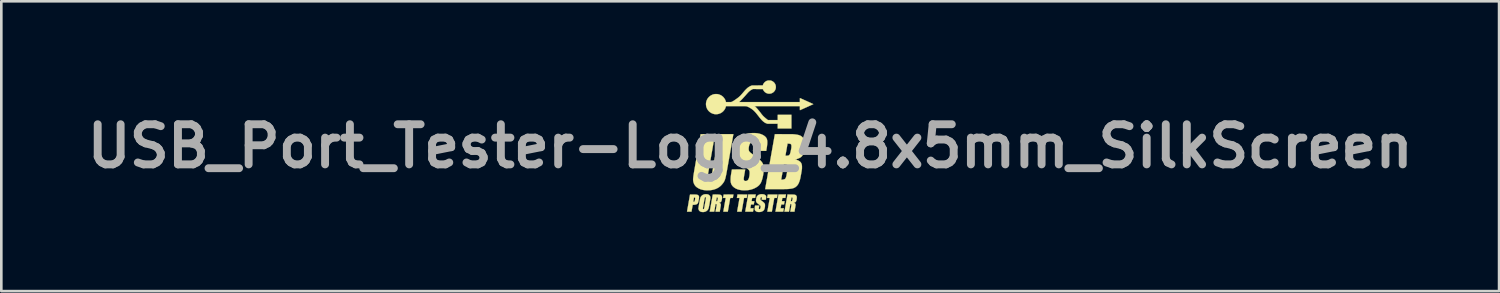
<source format=kicad_pcb>
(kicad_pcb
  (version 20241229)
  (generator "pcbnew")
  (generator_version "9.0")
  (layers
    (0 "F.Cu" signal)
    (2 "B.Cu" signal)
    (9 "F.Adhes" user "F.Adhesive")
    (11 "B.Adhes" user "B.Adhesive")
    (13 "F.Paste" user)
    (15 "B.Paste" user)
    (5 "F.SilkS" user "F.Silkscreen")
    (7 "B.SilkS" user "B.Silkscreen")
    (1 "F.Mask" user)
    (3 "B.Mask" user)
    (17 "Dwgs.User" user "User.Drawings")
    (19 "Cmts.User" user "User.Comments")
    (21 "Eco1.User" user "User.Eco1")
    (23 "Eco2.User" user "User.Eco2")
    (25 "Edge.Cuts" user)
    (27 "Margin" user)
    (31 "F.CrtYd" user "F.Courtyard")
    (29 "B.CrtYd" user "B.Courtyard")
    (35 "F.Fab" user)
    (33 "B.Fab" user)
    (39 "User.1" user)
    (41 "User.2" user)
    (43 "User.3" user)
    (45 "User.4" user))
  (footprint "USB_Port_Tester-Logo_4.8x5mm_SilkScreen"
    (layer "F.Cu")
    (at 25.444 2.504)
    (property "Reference" "USB_Port_Tester-Logo_4.8x5mm_SilkScreen" (at 0 0 0) (layer "F.Fab") (effects (font (size 1.524 1.524) (thickness 0.3))))
    (attr through_hole)
    (fp_poly (pts (xy -0.257 1.834) (xy -0.222 1.834) (xy -0.192 1.834) (xy -0.167 1.834) (xy -0.146 1.834) (xy -0.13 1.835) (xy -0.119 1.835) (xy -0.114 1.836) (xy -0.112 1.836) (xy -0.113 1.839) (xy -0.114 1.846) (xy -0.116 1.857) (xy -0.118 1.87) (xy -0.121 1.886) (xy -0.123 1.9) (xy -0.126 1.917) (xy -0.129 1.932) (xy -0.131 1.945) (xy -0.133 1.955) (xy -0.134 1.961) (xy -0.134 1.964) (xy -0.137 1.964) (xy -0.143 1.965) (xy -0.153 1.965) (xy -0.166 1.965) (xy -0.18 1.965) (xy -0.184 1.965) (xy -0.234 1.965) (xy -0.236 1.974) (xy -0.237 1.978) (xy -0.238 1.986) (xy -0.24 1.998) (xy -0.243 2.015) (xy -0.246 2.034) (xy -0.251 2.057) (xy -0.255 2.082) (xy -0.26 2.11) (xy -0.265 2.14) (xy -0.271 2.172) (xy -0.277 2.206) (xy -0.282 2.234) (xy -0.326 2.484) (xy -0.411 2.485) (xy -0.434 2.485) (xy -0.452 2.485) (xy -0.467 2.485) (xy -0.478 2.485) (xy -0.486 2.484) (xy -0.491 2.484) (xy -0.494 2.483) (xy -0.495 2.482) (xy -0.496 2.482) (xy -0.495 2.479) (xy -0.494 2.472) (xy -0.492 2.461) (xy -0.49 2.446) (xy -0.486 2.428) (xy -0.483 2.407) (xy -0.479 2.383) (xy -0.474 2.358) (xy -0.469 2.33) (xy -0.464 2.302) (xy -0.459 2.272) (xy -0.454 2.242) (xy -0.449 2.211) (xy -0.443 2.181) (xy -0.438 2.152) (xy -0.433 2.123) (xy -0.428 2.096) (xy -0.424 2.07) (xy -0.42 2.046) (xy -0.416 2.026) (xy -0.413 2.007) (xy -0.41 1.993) (xy -0.408 1.981) (xy -0.407 1.974) (xy -0.406 1.972) (xy -0.405 1.965) (xy -0.506 1.965) (xy -0.505 1.959) (xy -0.504 1.954) (xy -0.502 1.946) (xy -0.5 1.934) (xy -0.498 1.92) (xy -0.495 1.904) (xy -0.493 1.893) (xy -0.483 1.833) (xy -0.297 1.833) (xy -0.257 1.834)) (stroke (width 0.01) (type solid)) (fill yes) (layer "F.SilkS"))
    (fp_poly (pts (xy 0.98 1.834) (xy 0.995 1.834) (xy 1.007 1.834) (xy 1.017 1.834) (xy 1.024 1.835) (xy 1.029 1.835) (xy 1.032 1.836) (xy 1.034 1.836) (xy 1.035 1.837) (xy 1.035 1.838) (xy 1.035 1.838) (xy 1.035 1.841) (xy 1.034 1.848) (xy 1.032 1.859) (xy 1.03 1.872) (xy 1.027 1.886) (xy 1.025 1.902) (xy 1.022 1.916) (xy 1.019 1.93) (xy 1.017 1.943) (xy 1.015 1.952) (xy 1.015 1.952) (xy 1.013 1.965) (xy 0.914 1.965) (xy 0.912 1.972) (xy 0.912 1.975) (xy 0.91 1.983) (xy 0.908 1.995) (xy 0.906 2.011) (xy 0.902 2.03) (xy 0.898 2.052) (xy 0.894 2.078) (xy 0.889 2.106) (xy 0.883 2.136) (xy 0.878 2.168) (xy 0.872 2.201) (xy 0.866 2.232) (xy 0.822 2.485) (xy 0.737 2.485) (xy 0.717 2.485) (xy 0.699 2.485) (xy 0.683 2.485) (xy 0.67 2.485) (xy 0.66 2.484) (xy 0.654 2.484) (xy 0.652 2.483) (xy 0.652 2.481) (xy 0.653 2.474) (xy 0.655 2.462) (xy 0.658 2.447) (xy 0.661 2.429) (xy 0.665 2.407) (xy 0.67 2.382) (xy 0.674 2.354) (xy 0.68 2.325) (xy 0.685 2.293) (xy 0.691 2.26) (xy 0.697 2.226) (xy 0.703 2.191) (xy 0.709 2.158) (xy 0.715 2.126) (xy 0.72 2.096) (xy 0.725 2.069) (xy 0.729 2.044) (xy 0.733 2.022) (xy 0.736 2.004) (xy 0.739 1.988) (xy 0.741 1.977) (xy 0.742 1.97) (xy 0.742 1.968) (xy 0.74 1.967) (xy 0.733 1.966) (xy 0.723 1.966) (xy 0.709 1.965) (xy 0.693 1.965) (xy 0.642 1.965) (xy 0.644 1.959) (xy 0.644 1.954) (xy 0.646 1.946) (xy 0.648 1.934) (xy 0.65 1.92) (xy 0.653 1.904) (xy 0.655 1.893) (xy 0.666 1.835) (xy 0.85 1.834) (xy 0.885 1.834) (xy 0.915 1.834) (xy 0.94 1.834) (xy 0.962 1.834) (xy 0.98 1.834)) (stroke (width 0.01) (type solid)) (fill yes) (layer "F.SilkS"))
    (fp_poly (pts (xy -2.17 1.835) (xy -2.143 1.835) (xy -2.12 1.835) (xy -2.102 1.835) (xy -2.086 1.835) (xy -2.074 1.836) (xy -2.064 1.836) (xy -2.055 1.836) (xy -2.048 1.837) (xy -2.042 1.838) (xy -2.037 1.839) (xy -2.031 1.84) (xy -2.03 1.84) (xy -2.007 1.846) (xy -1.988 1.854) (xy -1.973 1.864) (xy -1.961 1.876) (xy -1.952 1.89) (xy -1.951 1.892) (xy -1.948 1.9) (xy -1.946 1.908) (xy -1.944 1.918) (xy -1.944 1.93) (xy -1.944 1.94) (xy -1.944 1.951) (xy -1.945 1.963) (xy -1.946 1.976) (xy -1.948 1.992) (xy -1.951 2.011) (xy -1.955 2.034) (xy -1.959 2.057) (xy -1.965 2.087) (xy -1.971 2.112) (xy -1.978 2.133) (xy -1.984 2.15) (xy -1.991 2.164) (xy -1.992 2.165) (xy -1.999 2.175) (xy -2.006 2.183) (xy -2.014 2.189) (xy -2.024 2.196) (xy -2.028 2.198) (xy -2.047 2.208) (xy -2.069 2.215) (xy -2.095 2.22) (xy -2.124 2.223) (xy -2.153 2.224) (xy -2.184 2.224) (xy -2.23 2.485) (xy -2.315 2.485) (xy -2.339 2.485) (xy -2.358 2.485) (xy -2.373 2.485) (xy -2.384 2.485) (xy -2.392 2.484) (xy -2.397 2.484) (xy -2.399 2.483) (xy -2.4 2.482) (xy -2.399 2.48) (xy -2.398 2.472) (xy -2.396 2.461) (xy -2.393 2.445) (xy -2.39 2.426) (xy -2.386 2.404) (xy -2.382 2.378) (xy -2.377 2.349) (xy -2.371 2.318) (xy -2.365 2.285) (xy -2.359 2.25) (xy -2.353 2.213) (xy -2.346 2.174) (xy -2.343 2.157) (xy -2.334 2.109) (xy -2.163 2.109) (xy -2.161 2.111) (xy -2.155 2.112) (xy -2.148 2.111) (xy -2.139 2.11) (xy -2.133 2.108) (xy -2.126 2.105) (xy -2.12 2.101) (xy -2.119 2.101) (xy -2.115 2.095) (xy -2.111 2.086) (xy -2.106 2.073) (xy -2.102 2.056) (xy -2.098 2.034) (xy -2.097 2.03) (xy -2.093 2.008) (xy -2.091 1.991) (xy -2.09 1.977) (xy -2.091 1.967) (xy -2.093 1.959) (xy -2.097 1.954) (xy -2.103 1.951) (xy -2.111 1.948) (xy -2.121 1.947) (xy -2.135 1.945) (xy -2.149 2.025) (xy -2.152 2.045) (xy -2.155 2.063) (xy -2.158 2.078) (xy -2.16 2.091) (xy -2.162 2.101) (xy -2.163 2.107) (xy -2.163 2.109) (xy -2.334 2.109) (xy -2.286 1.835) (xy -2.17 1.835)) (stroke (width 0.01) (type solid)) (fill yes) (layer "F.SilkS"))
    (fp_poly (pts (xy 0.208 1.841) (xy 0.208 1.846) (xy 0.206 1.855) (xy 0.204 1.867) (xy 0.201 1.881) (xy 0.199 1.897) (xy 0.197 1.907) (xy 0.187 1.964) (xy 0.074 1.965) (xy 0.07 1.988) (xy 0.068 1.999) (xy 0.065 2.013) (xy 0.062 2.028) (xy 0.06 2.044) (xy 0.059 2.048) (xy 0.052 2.086) (xy 0.104 2.087) (xy 0.123 2.087) (xy 0.136 2.088) (xy 0.146 2.088) (xy 0.153 2.089) (xy 0.156 2.09) (xy 0.156 2.09) (xy 0.156 2.094) (xy 0.155 2.101) (xy 0.153 2.112) (xy 0.151 2.125) (xy 0.148 2.14) (xy 0.146 2.153) (xy 0.136 2.212) (xy 0.082 2.212) (xy 0.063 2.212) (xy 0.048 2.212) (xy 0.037 2.213) (xy 0.031 2.214) (xy 0.029 2.214) (xy 0.029 2.217) (xy 0.028 2.224) (xy 0.026 2.234) (xy 0.024 2.247) (xy 0.021 2.262) (xy 0.019 2.277) (xy 0.016 2.293) (xy 0.013 2.308) (xy 0.011 2.322) (xy 0.009 2.334) (xy 0.007 2.343) (xy 0.006 2.349) (xy 0.006 2.349) (xy 0.004 2.356) (xy 0.067 2.356) (xy 0.086 2.356) (xy 0.101 2.356) (xy 0.112 2.356) (xy 0.12 2.357) (xy 0.125 2.357) (xy 0.127 2.358) (xy 0.129 2.359) (xy 0.129 2.36) (xy 0.129 2.36) (xy 0.128 2.364) (xy 0.126 2.371) (xy 0.124 2.382) (xy 0.122 2.396) (xy 0.119 2.412) (xy 0.117 2.425) (xy 0.106 2.485) (xy -0.041 2.485) (xy -0.071 2.485) (xy -0.098 2.485) (xy -0.123 2.485) (xy -0.144 2.485) (xy -0.161 2.484) (xy -0.174 2.484) (xy -0.183 2.484) (xy -0.187 2.483) (xy -0.188 2.483) (xy -0.188 2.48) (xy -0.186 2.473) (xy -0.184 2.462) (xy -0.182 2.447) (xy -0.179 2.429) (xy -0.175 2.407) (xy -0.171 2.383) (xy -0.166 2.356) (xy -0.161 2.327) (xy -0.155 2.297) (xy -0.15 2.265) (xy -0.144 2.232) (xy -0.138 2.198) (xy -0.132 2.164) (xy -0.126 2.13) (xy -0.12 2.096) (xy -0.114 2.063) (xy -0.109 2.031) (xy -0.103 2) (xy -0.098 1.971) (xy -0.093 1.944) (xy -0.089 1.919) (xy -0.085 1.897) (xy -0.081 1.878) (xy -0.079 1.862) (xy -0.077 1.85) (xy -0.075 1.842) (xy -0.074 1.839) (xy -0.074 1.839) (xy -0.073 1.833) (xy 0.21 1.833) (xy 0.208 1.841)) (stroke (width 0.01) (type solid)) (fill yes) (layer "F.SilkS"))
    (fp_poly (pts (xy 1.357 1.84) (xy 1.356 1.844) (xy 1.354 1.853) (xy 1.352 1.864) (xy 1.35 1.878) (xy 1.347 1.894) (xy 1.345 1.906) (xy 1.335 1.965) (xy 1.222 1.965) (xy 1.211 2.023) (xy 1.209 2.04) (xy 1.206 2.055) (xy 1.204 2.067) (xy 1.202 2.077) (xy 1.201 2.083) (xy 1.201 2.084) (xy 1.202 2.085) (xy 1.207 2.086) (xy 1.214 2.087) (xy 1.226 2.087) (xy 1.241 2.087) (xy 1.252 2.087) (xy 1.267 2.087) (xy 1.281 2.088) (xy 1.292 2.088) (xy 1.3 2.088) (xy 1.304 2.088) (xy 1.304 2.089) (xy 1.304 2.091) (xy 1.303 2.098) (xy 1.302 2.108) (xy 1.3 2.12) (xy 1.298 2.128) (xy 1.296 2.144) (xy 1.293 2.159) (xy 1.29 2.174) (xy 1.288 2.186) (xy 1.288 2.189) (xy 1.284 2.212) (xy 1.231 2.212) (xy 1.178 2.213) (xy 1.167 2.277) (xy 1.164 2.294) (xy 1.161 2.31) (xy 1.158 2.324) (xy 1.156 2.336) (xy 1.155 2.344) (xy 1.154 2.348) (xy 1.152 2.356) (xy 1.215 2.356) (xy 1.231 2.356) (xy 1.247 2.356) (xy 1.259 2.356) (xy 1.269 2.357) (xy 1.275 2.357) (xy 1.277 2.357) (xy 1.276 2.36) (xy 1.275 2.367) (xy 1.273 2.377) (xy 1.271 2.39) (xy 1.268 2.405) (xy 1.266 2.42) (xy 1.263 2.437) (xy 1.26 2.452) (xy 1.258 2.465) (xy 1.256 2.475) (xy 1.255 2.481) (xy 1.255 2.484) (xy 1.252 2.484) (xy 1.246 2.484) (xy 1.235 2.484) (xy 1.22 2.485) (xy 1.203 2.485) (xy 1.182 2.485) (xy 1.159 2.485) (xy 1.134 2.485) (xy 1.108 2.485) (xy 0.959 2.485) (xy 0.96 2.479) (xy 0.961 2.475) (xy 0.962 2.468) (xy 0.965 2.456) (xy 0.967 2.44) (xy 0.971 2.42) (xy 0.975 2.397) (xy 0.979 2.372) (xy 0.984 2.343) (xy 0.99 2.312) (xy 0.996 2.278) (xy 1.002 2.243) (xy 1.009 2.206) (xy 1.015 2.168) (xy 1.017 2.159) (xy 1.024 2.121) (xy 1.03 2.084) (xy 1.036 2.048) (xy 1.042 2.014) (xy 1.048 1.982) (xy 1.053 1.953) (xy 1.058 1.927) (xy 1.062 1.903) (xy 1.066 1.883) (xy 1.069 1.866) (xy 1.071 1.853) (xy 1.072 1.845) (xy 1.073 1.84) (xy 1.073 1.84) (xy 1.075 1.833) (xy 1.358 1.833) (xy 1.357 1.84)) (stroke (width 0.01) (type solid)) (fill yes) (layer "F.SilkS"))
    (fp_poly (pts (xy -0.793 1.833) (xy -0.765 1.834) (xy -0.739 1.834) (xy -0.715 1.834) (xy -0.693 1.834) (xy -0.674 1.834) (xy -0.659 1.834) (xy -0.648 1.835) (xy -0.64 1.835) (xy -0.637 1.835) (xy -0.637 1.835) (xy -0.638 1.838) (xy -0.639 1.845) (xy -0.641 1.856) (xy -0.643 1.869) (xy -0.646 1.884) (xy -0.648 1.899) (xy -0.651 1.916) (xy -0.654 1.931) (xy -0.656 1.945) (xy -0.658 1.955) (xy -0.659 1.961) (xy -0.659 1.963) (xy -0.661 1.964) (xy -0.668 1.965) (xy -0.678 1.965) (xy -0.691 1.965) (xy -0.705 1.965) (xy -0.709 1.965) (xy -0.724 1.965) (xy -0.738 1.965) (xy -0.748 1.966) (xy -0.756 1.966) (xy -0.759 1.966) (xy -0.759 1.966) (xy -0.76 1.968) (xy -0.761 1.975) (xy -0.763 1.986) (xy -0.766 2.001) (xy -0.769 2.02) (xy -0.773 2.042) (xy -0.777 2.067) (xy -0.782 2.094) (xy -0.787 2.124) (xy -0.793 2.155) (xy -0.799 2.189) (xy -0.805 2.223) (xy -0.805 2.225) (xy -0.851 2.484) (xy -0.936 2.485) (xy -0.959 2.485) (xy -0.977 2.485) (xy -0.991 2.485) (xy -1.002 2.485) (xy -1.01 2.484) (xy -1.015 2.484) (xy -1.018 2.483) (xy -1.02 2.483) (xy -1.02 2.482) (xy -1.02 2.479) (xy -1.019 2.472) (xy -1.017 2.46) (xy -1.014 2.445) (xy -1.011 2.427) (xy -1.008 2.406) (xy -1.004 2.383) (xy -0.999 2.357) (xy -0.994 2.329) (xy -0.989 2.301) (xy -0.984 2.271) (xy -0.979 2.241) (xy -0.973 2.21) (xy -0.968 2.18) (xy -0.963 2.15) (xy -0.958 2.122) (xy -0.953 2.094) (xy -0.949 2.069) (xy -0.944 2.045) (xy -0.941 2.024) (xy -0.937 2.006) (xy -0.935 1.991) (xy -0.933 1.98) (xy -0.931 1.973) (xy -0.931 1.971) (xy -0.93 1.965) (xy -0.98 1.965) (xy -0.995 1.965) (xy -1.008 1.965) (xy -1.019 1.965) (xy -1.027 1.964) (xy -1.03 1.964) (xy -1.03 1.964) (xy -1.03 1.961) (xy -1.029 1.954) (xy -1.027 1.944) (xy -1.025 1.93) (xy -1.022 1.915) (xy -1.019 1.9) (xy -1.016 1.883) (xy -1.014 1.868) (xy -1.011 1.855) (xy -1.01 1.845) (xy -1.009 1.838) (xy -1.008 1.836) (xy -1.006 1.835) (xy -0.999 1.835) (xy -0.986 1.835) (xy -0.969 1.834) (xy -0.947 1.834) (xy -0.921 1.834) (xy -0.889 1.834) (xy -0.852 1.833) (xy -0.823 1.833) (xy -0.793 1.833)) (stroke (width 0.01) (type solid)) (fill yes) (layer "F.SilkS"))
    (fp_poly (pts (xy -1.669 1.822) (xy -1.653 1.823) (xy -1.638 1.824) (xy -1.625 1.826) (xy -1.619 1.827) (xy -1.593 1.836) (xy -1.57 1.848) (xy -1.551 1.863) (xy -1.536 1.881) (xy -1.524 1.902) (xy -1.517 1.92) (xy -1.516 1.928) (xy -1.514 1.936) (xy -1.514 1.946) (xy -1.514 1.956) (xy -1.514 1.969) (xy -1.515 1.983) (xy -1.517 2) (xy -1.519 2.019) (xy -1.523 2.042) (xy -1.527 2.068) (xy -1.532 2.097) (xy -1.538 2.131) (xy -1.544 2.169) (xy -1.544 2.17) (xy -1.551 2.208) (xy -1.557 2.241) (xy -1.563 2.27) (xy -1.568 2.295) (xy -1.572 2.316) (xy -1.576 2.334) (xy -1.58 2.349) (xy -1.584 2.361) (xy -1.587 2.37) (xy -1.587 2.371) (xy -1.6 2.397) (xy -1.617 2.422) (xy -1.637 2.443) (xy -1.661 2.462) (xy -1.688 2.477) (xy -1.717 2.488) (xy -1.748 2.496) (xy -1.756 2.497) (xy -1.773 2.499) (xy -1.792 2.5) (xy -1.811 2.499) (xy -1.83 2.498) (xy -1.845 2.496) (xy -1.873 2.489) (xy -1.897 2.479) (xy -1.918 2.465) (xy -1.935 2.449) (xy -1.949 2.429) (xy -1.958 2.406) (xy -1.962 2.391) (xy -1.963 2.384) (xy -1.964 2.376) (xy -1.965 2.368) (xy -1.964 2.365) (xy -1.798 2.365) (xy -1.798 2.375) (xy -1.796 2.382) (xy -1.792 2.386) (xy -1.786 2.388) (xy -1.786 2.388) (xy -1.78 2.39) (xy -1.776 2.389) (xy -1.771 2.388) (xy -1.769 2.387) (xy -1.762 2.382) (xy -1.757 2.375) (xy -1.752 2.364) (xy -1.748 2.349) (xy -1.747 2.346) (xy -1.745 2.339) (xy -1.743 2.327) (xy -1.74 2.312) (xy -1.737 2.294) (xy -1.733 2.273) (xy -1.729 2.25) (xy -1.725 2.225) (xy -1.72 2.199) (xy -1.715 2.173) (xy -1.711 2.145) (xy -1.706 2.119) (xy -1.701 2.092) (xy -1.697 2.067) (xy -1.693 2.044) (xy -1.69 2.022) (xy -1.686 2.003) (xy -1.684 1.987) (xy -1.682 1.975) (xy -1.681 1.967) (xy -1.68 1.963) (xy -1.68 1.953) (xy -1.68 1.946) (xy -1.681 1.942) (xy -1.683 1.939) (xy -1.683 1.939) (xy -1.691 1.933) (xy -1.7 1.933) (xy -1.708 1.935) (xy -1.716 1.94) (xy -1.722 1.948) (xy -1.727 1.961) (xy -1.729 1.969) (xy -1.731 1.974) (xy -1.732 1.984) (xy -1.735 1.997) (xy -1.738 2.014) (xy -1.742 2.034) (xy -1.746 2.056) (xy -1.75 2.08) (xy -1.755 2.106) (xy -1.759 2.132) (xy -1.764 2.159) (xy -1.769 2.187) (xy -1.773 2.213) (xy -1.778 2.239) (xy -1.782 2.263) (xy -1.786 2.285) (xy -1.789 2.305) (xy -1.792 2.322) (xy -1.794 2.336) (xy -1.796 2.346) (xy -1.797 2.351) (xy -1.798 2.365) (xy -1.964 2.365) (xy -1.964 2.358) (xy -1.964 2.347) (xy -1.962 2.333) (xy -1.961 2.318) (xy -1.958 2.3) (xy -1.955 2.279) (xy -1.951 2.254) (xy -1.946 2.226) (xy -1.941 2.194) (xy -1.934 2.158) (xy -1.931 2.139) (xy -1.924 2.101) (xy -1.918 2.068) (xy -1.912 2.039) (xy -1.907 2.014) (xy -1.902 1.993) (xy -1.898 1.976) (xy -1.894 1.961) (xy -1.89 1.95) (xy -1.89 1.949) (xy -1.878 1.924) (xy -1.861 1.901) (xy -1.842 1.88) (xy -1.819 1.861) (xy -1.794 1.846) (xy -1.769 1.836) (xy -1.744 1.828) (xy -1.72 1.824) (xy -1.693 1.822) (xy -1.669 1.822)) (stroke (width 0.01) (type solid)) (fill yes) (layer "F.SilkS"))
    (fp_poly (pts (xy -1.312 1.833) (xy -1.291 1.834) (xy -1.269 1.834) (xy -1.249 1.835) (xy -1.23 1.835) (xy -1.213 1.836) (xy -1.213 1.836) (xy -1.188 1.838) (xy -1.168 1.839) (xy -1.151 1.842) (xy -1.138 1.845) (xy -1.126 1.848) (xy -1.117 1.853) (xy -1.108 1.859) (xy -1.1 1.866) (xy -1.088 1.878) (xy -1.08 1.892) (xy -1.074 1.908) (xy -1.071 1.927) (xy -1.069 1.95) (xy -1.069 1.952) (xy -1.07 1.976) (xy -1.073 2.002) (xy -1.078 2.028) (xy -1.084 2.052) (xy -1.09 2.075) (xy -1.096 2.089) (xy -1.107 2.107) (xy -1.121 2.122) (xy -1.138 2.133) (xy -1.159 2.14) (xy -1.162 2.141) (xy -1.173 2.143) (xy -1.179 2.145) (xy -1.181 2.147) (xy -1.18 2.148) (xy -1.174 2.151) (xy -1.17 2.152) (xy -1.152 2.16) (xy -1.138 2.17) (xy -1.128 2.183) (xy -1.12 2.198) (xy -1.119 2.2) (xy -1.118 2.205) (xy -1.117 2.209) (xy -1.116 2.214) (xy -1.115 2.219) (xy -1.116 2.226) (xy -1.116 2.235) (xy -1.117 2.245) (xy -1.119 2.258) (xy -1.121 2.273) (xy -1.124 2.292) (xy -1.128 2.314) (xy -1.133 2.34) (xy -1.138 2.371) (xy -1.139 2.379) (xy -1.158 2.485) (xy -1.237 2.485) (xy -1.256 2.485) (xy -1.273 2.485) (xy -1.289 2.485) (xy -1.301 2.485) (xy -1.31 2.484) (xy -1.315 2.484) (xy -1.316 2.484) (xy -1.315 2.481) (xy -1.314 2.474) (xy -1.312 2.463) (xy -1.31 2.449) (xy -1.307 2.432) (xy -1.304 2.412) (xy -1.3 2.391) (xy -1.296 2.367) (xy -1.295 2.365) (xy -1.291 2.341) (xy -1.287 2.318) (xy -1.284 2.297) (xy -1.28 2.277) (xy -1.278 2.261) (xy -1.275 2.247) (xy -1.274 2.238) (xy -1.273 2.232) (xy -1.273 2.232) (xy -1.273 2.218) (xy -1.275 2.208) (xy -1.28 2.2) (xy -1.288 2.196) (xy -1.301 2.193) (xy -1.303 2.193) (xy -1.315 2.192) (xy -1.341 2.338) (xy -1.366 2.484) (xy -1.452 2.485) (xy -1.537 2.485) (xy -1.48 2.162) (xy -1.473 2.123) (xy -1.467 2.089) (xy -1.296 2.089) (xy -1.294 2.09) (xy -1.289 2.09) (xy -1.281 2.089) (xy -1.273 2.087) (xy -1.265 2.086) (xy -1.26 2.084) (xy -1.26 2.084) (xy -1.254 2.08) (xy -1.249 2.073) (xy -1.245 2.063) (xy -1.241 2.05) (xy -1.237 2.033) (xy -1.233 2.012) (xy -1.231 2.003) (xy -1.229 1.986) (xy -1.229 1.973) (xy -1.23 1.964) (xy -1.233 1.957) (xy -1.235 1.955) (xy -1.239 1.952) (xy -1.246 1.95) (xy -1.254 1.948) (xy -1.262 1.946) (xy -1.268 1.946) (xy -1.27 1.946) (xy -1.271 1.948) (xy -1.272 1.955) (xy -1.274 1.965) (xy -1.277 1.978) (xy -1.279 1.992) (xy -1.282 2.008) (xy -1.285 2.024) (xy -1.288 2.039) (xy -1.291 2.054) (xy -1.293 2.067) (xy -1.295 2.078) (xy -1.296 2.085) (xy -1.296 2.089) (xy -1.296 2.089) (xy -1.467 2.089) (xy -1.467 2.086) (xy -1.46 2.05) (xy -1.454 2.015) (xy -1.448 1.983) (xy -1.443 1.953) (xy -1.438 1.926) (xy -1.434 1.902) (xy -1.43 1.882) (xy -1.427 1.865) (xy -1.425 1.851) (xy -1.423 1.842) (xy -1.422 1.837) (xy -1.422 1.837) (xy -1.419 1.836) (xy -1.412 1.835) (xy -1.402 1.834) (xy -1.388 1.834) (xy -1.371 1.834) (xy -1.353 1.833) (xy -1.333 1.833) (xy -1.312 1.833)) (stroke (width 0.01) (type solid)) (fill yes) (layer "F.SilkS"))
    (fp_poly (pts (xy 0.452 1.822) (xy 0.473 1.823) (xy 0.493 1.825) (xy 0.51 1.828) (xy 0.511 1.828) (xy 0.536 1.836) (xy 0.557 1.847) (xy 0.575 1.859) (xy 0.589 1.873) (xy 0.597 1.887) (xy 0.6 1.892) (xy 0.602 1.897) (xy 0.603 1.903) (xy 0.604 1.909) (xy 0.604 1.919) (xy 0.604 1.931) (xy 0.604 1.936) (xy 0.604 1.949) (xy 0.603 1.964) (xy 0.601 1.98) (xy 0.599 1.995) (xy 0.597 2.009) (xy 0.595 2.02) (xy 0.593 2.028) (xy 0.592 2.031) (xy 0.589 2.032) (xy 0.582 2.032) (xy 0.572 2.033) (xy 0.559 2.033) (xy 0.544 2.033) (xy 0.528 2.034) (xy 0.511 2.034) (xy 0.494 2.034) (xy 0.478 2.033) (xy 0.464 2.033) (xy 0.452 2.033) (xy 0.443 2.033) (xy 0.437 2.032) (xy 0.436 2.032) (xy 0.436 2.029) (xy 0.437 2.022) (xy 0.438 2.012) (xy 0.44 2) (xy 0.441 1.996) (xy 0.444 1.979) (xy 0.445 1.966) (xy 0.446 1.956) (xy 0.446 1.949) (xy 0.445 1.944) (xy 0.443 1.94) (xy 0.442 1.938) (xy 0.438 1.934) (xy 0.432 1.933) (xy 0.427 1.933) (xy 0.418 1.934) (xy 0.411 1.936) (xy 0.409 1.937) (xy 0.403 1.944) (xy 0.397 1.954) (xy 0.391 1.966) (xy 0.388 1.977) (xy 0.387 1.989) (xy 0.386 2.001) (xy 0.386 2.014) (xy 0.387 2.024) (xy 0.389 2.032) (xy 0.389 2.033) (xy 0.396 2.042) (xy 0.406 2.053) (xy 0.422 2.065) (xy 0.439 2.078) (xy 0.469 2.099) (xy 0.495 2.12) (xy 0.516 2.139) (xy 0.524 2.146) (xy 0.537 2.161) (xy 0.547 2.174) (xy 0.554 2.188) (xy 0.559 2.203) (xy 0.561 2.22) (xy 0.562 2.24) (xy 0.562 2.25) (xy 0.561 2.28) (xy 0.558 2.31) (xy 0.552 2.339) (xy 0.545 2.366) (xy 0.537 2.391) (xy 0.527 2.413) (xy 0.516 2.429) (xy 0.504 2.442) (xy 0.488 2.455) (xy 0.469 2.467) (xy 0.447 2.478) (xy 0.424 2.487) (xy 0.408 2.492) (xy 0.392 2.495) (xy 0.373 2.497) (xy 0.351 2.499) (xy 0.33 2.499) (xy 0.31 2.499) (xy 0.292 2.497) (xy 0.285 2.496) (xy 0.259 2.49) (xy 0.235 2.48) (xy 0.215 2.468) (xy 0.198 2.453) (xy 0.184 2.436) (xy 0.177 2.422) (xy 0.175 2.417) (xy 0.174 2.411) (xy 0.173 2.404) (xy 0.172 2.395) (xy 0.172 2.382) (xy 0.172 2.368) (xy 0.174 2.33) (xy 0.178 2.295) (xy 0.184 2.259) (xy 0.186 2.253) (xy 0.344 2.253) (xy 0.335 2.3) (xy 0.331 2.324) (xy 0.329 2.343) (xy 0.327 2.358) (xy 0.327 2.37) (xy 0.328 2.378) (xy 0.331 2.383) (xy 0.331 2.383) (xy 0.341 2.388) (xy 0.351 2.389) (xy 0.361 2.387) (xy 0.371 2.38) (xy 0.38 2.371) (xy 0.385 2.361) (xy 0.388 2.352) (xy 0.391 2.339) (xy 0.393 2.325) (xy 0.395 2.31) (xy 0.395 2.296) (xy 0.396 2.294) (xy 0.395 2.286) (xy 0.395 2.279) (xy 0.393 2.272) (xy 0.39 2.266) (xy 0.385 2.259) (xy 0.379 2.252) (xy 0.37 2.243) (xy 0.359 2.233) (xy 0.345 2.222) (xy 0.327 2.208) (xy 0.311 2.196) (xy 0.291 2.179) (xy 0.274 2.166) (xy 0.261 2.154) (xy 0.25 2.143) (xy 0.241 2.133) (xy 0.235 2.123) (xy 0.23 2.112) (xy 0.226 2.101) (xy 0.223 2.09) (xy 0.221 2.075) (xy 0.22 2.055) (xy 0.221 2.034) (xy 0.224 2.01) (xy 0.228 1.986) (xy 0.233 1.963) (xy 0.239 1.943) (xy 0.25 1.917) (xy 0.265 1.893) (xy 0.283 1.873) (xy 0.303 1.857) (xy 0.309 1.853) (xy 0.327 1.844) (xy 0.349 1.835) (xy 0.373 1.828) (xy 0.39 1.825) (xy 0.409 1.823) (xy 0.43 1.822) (xy 0.452 1.822)) (stroke (width 0.01) (type solid)) (fill yes) (layer "F.SilkS"))
    (fp_poly (pts (xy 1.53 1.834) (xy 1.562 1.835) (xy 1.589 1.835) (xy 1.612 1.836) (xy 1.631 1.836) (xy 1.648 1.837) (xy 1.662 1.838) (xy 1.673 1.839) (xy 1.683 1.841) (xy 1.692 1.842) (xy 1.7 1.844) (xy 1.705 1.846) (xy 1.724 1.854) (xy 1.74 1.866) (xy 1.753 1.882) (xy 1.763 1.901) (xy 1.765 1.907) (xy 1.767 1.913) (xy 1.768 1.92) (xy 1.768 1.928) (xy 1.769 1.94) (xy 1.769 1.953) (xy 1.767 1.982) (xy 1.764 2.01) (xy 1.759 2.037) (xy 1.753 2.062) (xy 1.745 2.084) (xy 1.735 2.102) (xy 1.726 2.115) (xy 1.717 2.123) (xy 1.704 2.131) (xy 1.689 2.137) (xy 1.673 2.142) (xy 1.671 2.142) (xy 1.661 2.144) (xy 1.655 2.146) (xy 1.653 2.148) (xy 1.655 2.148) (xy 1.657 2.148) (xy 1.663 2.15) (xy 1.671 2.153) (xy 1.681 2.158) (xy 1.69 2.163) (xy 1.698 2.169) (xy 1.701 2.171) (xy 1.711 2.183) (xy 1.718 2.198) (xy 1.723 2.213) (xy 1.723 2.215) (xy 1.723 2.219) (xy 1.723 2.224) (xy 1.723 2.229) (xy 1.723 2.235) (xy 1.722 2.243) (xy 1.72 2.253) (xy 1.719 2.265) (xy 1.716 2.28) (xy 1.713 2.299) (xy 1.709 2.32) (xy 1.705 2.346) (xy 1.7 2.376) (xy 1.681 2.485) (xy 1.602 2.485) (xy 1.58 2.485) (xy 1.561 2.485) (xy 1.547 2.485) (xy 1.537 2.485) (xy 1.53 2.484) (xy 1.526 2.483) (xy 1.524 2.483) (xy 1.523 2.482) (xy 1.524 2.479) (xy 1.525 2.472) (xy 1.527 2.461) (xy 1.529 2.446) (xy 1.532 2.429) (xy 1.536 2.409) (xy 1.54 2.388) (xy 1.543 2.368) (xy 1.548 2.34) (xy 1.552 2.317) (xy 1.556 2.297) (xy 1.558 2.281) (xy 1.56 2.267) (xy 1.562 2.256) (xy 1.563 2.246) (xy 1.563 2.238) (xy 1.563 2.231) (xy 1.563 2.23) (xy 1.563 2.219) (xy 1.563 2.211) (xy 1.563 2.206) (xy 1.561 2.203) (xy 1.559 2.2) (xy 1.557 2.199) (xy 1.553 2.197) (xy 1.546 2.195) (xy 1.538 2.193) (xy 1.531 2.192) (xy 1.525 2.192) (xy 1.523 2.194) (xy 1.523 2.196) (xy 1.522 2.203) (xy 1.52 2.214) (xy 1.518 2.228) (xy 1.515 2.245) (xy 1.511 2.264) (xy 1.508 2.284) (xy 1.504 2.306) (xy 1.5 2.328) (xy 1.496 2.351) (xy 1.492 2.373) (xy 1.488 2.394) (xy 1.485 2.414) (xy 1.482 2.432) (xy 1.479 2.447) (xy 1.477 2.459) (xy 1.475 2.468) (xy 1.474 2.472) (xy 1.472 2.485) (xy 1.301 2.485) (xy 1.302 2.48) (xy 1.303 2.477) (xy 1.304 2.47) (xy 1.306 2.458) (xy 1.309 2.443) (xy 1.312 2.424) (xy 1.316 2.403) (xy 1.321 2.378) (xy 1.325 2.351) (xy 1.33 2.323) (xy 1.336 2.292) (xy 1.341 2.26) (xy 1.347 2.227) (xy 1.353 2.193) (xy 1.359 2.159) (xy 1.365 2.125) (xy 1.371 2.092) (xy 1.372 2.087) (xy 1.543 2.087) (xy 1.545 2.089) (xy 1.551 2.089) (xy 1.558 2.089) (xy 1.567 2.088) (xy 1.575 2.086) (xy 1.58 2.084) (xy 1.586 2.079) (xy 1.591 2.071) (xy 1.595 2.06) (xy 1.599 2.045) (xy 1.601 2.036) (xy 1.606 2.013) (xy 1.609 1.995) (xy 1.61 1.981) (xy 1.61 1.97) (xy 1.608 1.961) (xy 1.604 1.955) (xy 1.598 1.951) (xy 1.59 1.949) (xy 1.58 1.947) (xy 1.573 1.946) (xy 1.568 1.946) (xy 1.567 1.946) (xy 1.567 1.949) (xy 1.566 1.955) (xy 1.564 1.966) (xy 1.562 1.979) (xy 1.559 1.995) (xy 1.556 2.012) (xy 1.555 2.015) (xy 1.552 2.033) (xy 1.549 2.049) (xy 1.547 2.064) (xy 1.545 2.075) (xy 1.544 2.083) (xy 1.543 2.087) (xy 1.543 2.087) (xy 1.372 2.087) (xy 1.377 2.059) (xy 1.383 2.027) (xy 1.388 1.997) (xy 1.393 1.968) (xy 1.398 1.942) (xy 1.402 1.917) (xy 1.406 1.896) (xy 1.409 1.878) (xy 1.411 1.863) (xy 1.413 1.852) (xy 1.414 1.85) (xy 1.417 1.833) (xy 1.53 1.834)) (stroke (width 0.01) (type solid)) (fill yes) (layer "F.SilkS"))
    (fp_poly (pts (xy -1.568 -0.459) (xy -1.53 -0.459) (xy -1.496 -0.459) (xy -1.467 -0.459) (xy -1.441 -0.459) (xy -1.419 -0.459) (xy -1.4 -0.459) (xy -1.385 -0.458) (xy -1.372 -0.458) (xy -1.361 -0.458) (xy -1.353 -0.458) (xy -1.347 -0.457) (xy -1.343 -0.457) (xy -1.34 -0.456) (xy -1.339 -0.456) (xy -1.338 -0.455) (xy -1.338 -0.455) (xy -1.338 -0.453) (xy -1.34 -0.445) (xy -1.342 -0.433) (xy -1.344 -0.417) (xy -1.348 -0.397) (xy -1.352 -0.373) (xy -1.357 -0.345) (xy -1.362 -0.314) (xy -1.368 -0.279) (xy -1.375 -0.242) (xy -1.382 -0.201) (xy -1.39 -0.157) (xy -1.398 -0.11) (xy -1.407 -0.061) (xy -1.416 -0.01) (xy -1.425 0.043) (xy -1.435 0.099) (xy -1.445 0.156) (xy -1.455 0.215) (xy -1.466 0.275) (xy -1.477 0.336) (xy -1.478 0.344) (xy -1.489 0.406) (xy -1.5 0.467) (xy -1.51 0.526) (xy -1.52 0.585) (xy -1.53 0.641) (xy -1.54 0.696) (xy -1.549 0.749) (xy -1.558 0.8) (xy -1.567 0.848) (xy -1.575 0.894) (xy -1.582 0.937) (xy -1.589 0.977) (xy -1.596 1.014) (xy -1.602 1.048) (xy -1.607 1.078) (xy -1.611 1.104) (xy -1.615 1.127) (xy -1.619 1.146) (xy -1.621 1.16) (xy -1.623 1.17) (xy -1.623 1.175) (xy -1.623 1.176) (xy -1.626 1.197) (xy -1.628 1.218) (xy -1.63 1.238) (xy -1.63 1.256) (xy -1.63 1.271) (xy -1.629 1.282) (xy -1.628 1.287) (xy -1.623 1.298) (xy -1.614 1.309) (xy -1.602 1.316) (xy -1.597 1.318) (xy -1.583 1.32) (xy -1.568 1.32) (xy -1.552 1.317) (xy -1.541 1.314) (xy -1.527 1.305) (xy -1.515 1.293) (xy -1.505 1.278) (xy -1.502 1.272) (xy -1.497 1.259) (xy -1.491 1.242) (xy -1.486 1.221) (xy -1.48 1.198) (xy -1.474 1.172) (xy -1.471 1.161) (xy -1.47 1.155) (xy -1.468 1.145) (xy -1.466 1.13) (xy -1.462 1.111) (xy -1.458 1.088) (xy -1.453 1.061) (xy -1.448 1.03) (xy -1.442 0.996) (xy -1.435 0.959) (xy -1.428 0.919) (xy -1.42 0.876) (xy -1.412 0.83) (xy -1.403 0.781) (xy -1.394 0.73) (xy -1.385 0.677) (xy -1.375 0.623) (xy -1.365 0.566) (xy -1.355 0.508) (xy -1.344 0.448) (xy -1.334 0.388) (xy -1.324 0.335) (xy -1.314 0.274) (xy -1.303 0.214) (xy -1.293 0.156) (xy -1.283 0.099) (xy -1.273 0.044) (xy -1.264 -0.01) (xy -1.255 -0.061) (xy -1.246 -0.11) (xy -1.238 -0.156) (xy -1.23 -0.2) (xy -1.223 -0.24) (xy -1.216 -0.278) (xy -1.21 -0.313) (xy -1.205 -0.344) (xy -1.2 -0.372) (xy -1.195 -0.396) (xy -1.192 -0.416) (xy -1.189 -0.432) (xy -1.187 -0.444) (xy -1.186 -0.451) (xy -1.185 -0.453) (xy -1.184 -0.459) (xy -0.912 -0.459) (xy -0.876 -0.459) (xy -0.841 -0.459) (xy -0.808 -0.459) (xy -0.777 -0.459) (xy -0.749 -0.459) (xy -0.723 -0.459) (xy -0.7 -0.459) (xy -0.68 -0.459) (xy -0.664 -0.458) (xy -0.652 -0.458) (xy -0.643 -0.458) (xy -0.64 -0.458) (xy -0.64 -0.458) (xy -0.64 -0.455) (xy -0.641 -0.448) (xy -0.643 -0.436) (xy -0.646 -0.42) (xy -0.65 -0.4) (xy -0.654 -0.377) (xy -0.658 -0.349) (xy -0.664 -0.319) (xy -0.67 -0.286) (xy -0.676 -0.25) (xy -0.683 -0.211) (xy -0.69 -0.17) (xy -0.698 -0.127) (xy -0.706 -0.081) (xy -0.714 -0.035) (xy -0.722 0.014) (xy -0.731 0.063) (xy -0.74 0.114) (xy -0.749 0.166) (xy -0.759 0.218) (xy -0.768 0.27) (xy -0.777 0.323) (xy -0.787 0.375) (xy -0.796 0.428) (xy -0.805 0.479) (xy -0.814 0.53) (xy -0.823 0.58) (xy -0.832 0.629) (xy -0.84 0.677) (xy -0.848 0.722) (xy -0.856 0.766) (xy -0.864 0.808) (xy -0.871 0.848) (xy -0.877 0.885) (xy -0.883 0.92) (xy -0.889 0.951) (xy -0.894 0.979) (xy -0.899 1.004) (xy -0.903 1.026) (xy -0.906 1.043) (xy -0.908 1.056) (xy -0.91 1.066) (xy -0.911 1.069) (xy -0.918 1.104) (xy -0.925 1.137) (xy -0.932 1.169) (xy -0.939 1.198) (xy -0.946 1.225) (xy -0.953 1.248) (xy -0.959 1.267) (xy -0.972 1.301) (xy -0.989 1.336) (xy -1.01 1.372) (xy -1.035 1.407) (xy -1.063 1.442) (xy -1.093 1.476) (xy -1.099 1.482) (xy -1.138 1.519) (xy -1.18 1.551) (xy -1.225 1.58) (xy -1.273 1.605) (xy -1.324 1.627) (xy -1.378 1.644) (xy -1.435 1.658) (xy -1.495 1.668) (xy -1.499 1.669) (xy -1.511 1.67) (xy -1.527 1.671) (xy -1.546 1.672) (xy -1.567 1.673) (xy -1.59 1.673) (xy -1.613 1.674) (xy -1.636 1.674) (xy -1.657 1.674) (xy -1.676 1.674) (xy -1.692 1.673) (xy -1.705 1.672) (xy -1.705 1.672) (xy -1.762 1.665) (xy -1.816 1.654) (xy -1.865 1.641) (xy -1.912 1.624) (xy -1.942 1.61) (xy -1.981 1.589) (xy -2.016 1.567) (xy -2.047 1.543) (xy -2.074 1.518) (xy -2.097 1.49) (xy -2.116 1.46) (xy -2.129 1.437) (xy -2.146 1.396) (xy -2.158 1.356) (xy -2.166 1.314) (xy -2.169 1.272) (xy -2.168 1.233) (xy -2.167 1.223) (xy -2.166 1.212) (xy -2.165 1.202) (xy -2.164 1.19) (xy -2.163 1.179) (xy -2.161 1.167) (xy -2.16 1.153) (xy -2.158 1.139) (xy -2.156 1.124) (xy -2.154 1.108) (xy -2.151 1.09) (xy -2.148 1.07) (xy -2.145 1.049) (xy -2.141 1.026) (xy -2.137 1) (xy -2.132 0.973) (xy -2.127 0.943) (xy -2.122 0.91) (xy -2.116 0.875) (xy -2.109 0.837) (xy -2.102 0.795) (xy -2.094 0.751) (xy -2.086 0.703) (xy -2.077 0.652) (xy -2.068 0.597) (xy -2.057 0.538) (xy -2.046 0.475) (xy -2.034 0.408) (xy -2.022 0.337) (xy -2.009 0.261) (xy -1.994 0.181) (xy -1.992 0.169) (xy -1.983 0.114) (xy -1.973 0.061) (xy -1.964 0.009) (xy -1.955 -0.041) (xy -1.947 -0.089) (xy -1.939 -0.135) (xy -1.931 -0.179) (xy -1.924 -0.22) (xy -1.917 -0.259) (xy -1.911 -0.295) (xy -1.905 -0.328) (xy -1.9 -0.358) (xy -1.895 -0.384) (xy -1.891 -0.406) (xy -1.888 -0.425) (xy -1.885 -0.439) (xy -1.883 -0.45) (xy -1.883 -0.456) (xy -1.882 -0.457) (xy -1.88 -0.457) (xy -1.873 -0.457) (xy -1.862 -0.458) (xy -1.846 -0.458) (xy -1.827 -0.458) (xy -1.805 -0.458) (xy -1.779 -0.459) (xy -1.75 -0.459) (xy -1.719 -0.459) (xy -1.686 -0.459) (xy -1.65 -0.459) (xy -1.613 -0.459) (xy -1.61 -0.459) (xy -1.568 -0.459)) (stroke (width 0.01) (type solid)) (fill yes) (layer "F.SilkS"))
    (fp_poly (pts (xy 0.165 -0.5) (xy 0.192 -0.499) (xy 0.218 -0.497) (xy 0.243 -0.495) (xy 0.268 -0.492) (xy 0.276 -0.491) (xy 0.324 -0.482) (xy 0.37 -0.471) (xy 0.414 -0.457) (xy 0.455 -0.44) (xy 0.492 -0.421) (xy 0.526 -0.4) (xy 0.557 -0.377) (xy 0.583 -0.352) (xy 0.605 -0.326) (xy 0.609 -0.32) (xy 0.619 -0.302) (xy 0.629 -0.283) (xy 0.636 -0.261) (xy 0.642 -0.237) (xy 0.646 -0.211) (xy 0.648 -0.182) (xy 0.649 -0.15) (xy 0.648 -0.115) (xy 0.646 -0.076) (xy 0.641 -0.034) (xy 0.636 0.012) (xy 0.628 0.062) (xy 0.619 0.117) (xy 0.618 0.122) (xy 0.609 0.175) (xy 0.355 0.175) (xy 0.315 0.175) (xy 0.279 0.175) (xy 0.247 0.175) (xy 0.219 0.175) (xy 0.195 0.175) (xy 0.175 0.175) (xy 0.158 0.175) (xy 0.143 0.175) (xy 0.132 0.175) (xy 0.123 0.175) (xy 0.116 0.174) (xy 0.111 0.174) (xy 0.107 0.174) (xy 0.105 0.173) (xy 0.104 0.173) (xy 0.103 0.172) (xy 0.103 0.172) (xy 0.104 0.168) (xy 0.106 0.16) (xy 0.108 0.149) (xy 0.11 0.134) (xy 0.113 0.118) (xy 0.116 0.1) (xy 0.12 0.082) (xy 0.123 0.063) (xy 0.126 0.045) (xy 0.129 0.027) (xy 0.132 0.012) (xy 0.134 -0.001) (xy 0.135 -0.01) (xy 0.136 -0.012) (xy 0.139 -0.041) (xy 0.141 -0.066) (xy 0.141 -0.086) (xy 0.139 -0.103) (xy 0.135 -0.117) (xy 0.131 -0.125) (xy 0.122 -0.134) (xy 0.11 -0.141) (xy 0.095 -0.145) (xy 0.078 -0.146) (xy 0.061 -0.145) (xy 0.043 -0.141) (xy 0.032 -0.136) (xy 0.022 -0.13) (xy 0.01 -0.12) (xy -0.001 -0.108) (xy -0.011 -0.095) (xy -0.018 -0.085) (xy -0.027 -0.066) (xy -0.035 -0.043) (xy -0.043 -0.017) (xy -0.049 0.012) (xy -0.054 0.041) (xy -0.057 0.071) (xy -0.058 0.088) (xy -0.058 0.109) (xy -0.057 0.129) (xy -0.055 0.147) (xy -0.05 0.164) (xy -0.044 0.18) (xy -0.035 0.195) (xy -0.023 0.211) (xy -0.009 0.227) (xy 0.009 0.243) (xy 0.03 0.26) (xy 0.055 0.279) (xy 0.084 0.299) (xy 0.099 0.309) (xy 0.154 0.348) (xy 0.205 0.384) (xy 0.251 0.419) (xy 0.293 0.453) (xy 0.331 0.485) (xy 0.364 0.516) (xy 0.394 0.545) (xy 0.42 0.574) (xy 0.442 0.601) (xy 0.46 0.628) (xy 0.475 0.653) (xy 0.486 0.677) (xy 0.495 0.704) (xy 0.502 0.732) (xy 0.507 0.761) (xy 0.511 0.794) (xy 0.513 0.829) (xy 0.514 0.863) (xy 0.513 0.889) (xy 0.513 0.912) (xy 0.512 0.935) (xy 0.51 0.957) (xy 0.507 0.981) (xy 0.504 1.008) (xy 0.5 1.036) (xy 0.492 1.09) (xy 0.482 1.142) (xy 0.471 1.192) (xy 0.459 1.239) (xy 0.446 1.282) (xy 0.432 1.323) (xy 0.417 1.359) (xy 0.402 1.391) (xy 0.394 1.405) (xy 0.371 1.439) (xy 0.344 1.472) (xy 0.314 1.502) (xy 0.278 1.53) (xy 0.239 1.556) (xy 0.197 1.58) (xy 0.152 1.602) (xy 0.106 1.621) (xy 0.06 1.636) (xy 0.012 1.65) (xy -0.038 1.66) (xy -0.093 1.669) (xy -0.093 1.669) (xy -0.106 1.67) (xy -0.123 1.671) (xy -0.143 1.672) (xy -0.165 1.673) (xy -0.189 1.674) (xy -0.213 1.674) (xy -0.237 1.674) (xy -0.26 1.674) (xy -0.28 1.673) (xy -0.298 1.672) (xy -0.311 1.671) (xy -0.368 1.663) (xy -0.421 1.652) (xy -0.471 1.638) (xy -0.518 1.62) (xy -0.561 1.598) (xy -0.591 1.58) (xy -0.625 1.555) (xy -0.655 1.528) (xy -0.68 1.5) (xy -0.701 1.47) (xy -0.718 1.437) (xy -0.73 1.403) (xy -0.735 1.384) (xy -0.74 1.356) (xy -0.743 1.323) (xy -0.744 1.287) (xy -0.744 1.247) (xy -0.742 1.204) (xy -0.739 1.159) (xy -0.733 1.112) (xy -0.73 1.086) (xy -0.728 1.076) (xy -0.726 1.062) (xy -0.723 1.046) (xy -0.72 1.028) (xy -0.717 1.008) (xy -0.714 0.989) (xy -0.71 0.969) (xy -0.707 0.95) (xy -0.704 0.932) (xy -0.701 0.916) (xy -0.698 0.903) (xy -0.696 0.893) (xy -0.695 0.886) (xy -0.694 0.883) (xy -0.692 0.883) (xy -0.685 0.883) (xy -0.673 0.883) (xy -0.658 0.882) (xy -0.639 0.882) (xy -0.617 0.882) (xy -0.592 0.882) (xy -0.564 0.882) (xy -0.534 0.881) (xy -0.502 0.881) (xy -0.469 0.881) (xy -0.442 0.881) (xy -0.4 0.881) (xy -0.362 0.881) (xy -0.329 0.881) (xy -0.301 0.882) (xy -0.276 0.882) (xy -0.255 0.882) (xy -0.237 0.882) (xy -0.222 0.882) (xy -0.211 0.883) (xy -0.202 0.883) (xy -0.196 0.883) (xy -0.192 0.884) (xy -0.191 0.884) (xy -0.19 0.884) (xy -0.191 0.887) (xy -0.192 0.895) (xy -0.194 0.906) (xy -0.196 0.92) (xy -0.2 0.938) (xy -0.203 0.959) (xy -0.207 0.981) (xy -0.211 1.006) (xy -0.215 1.026) (xy -0.221 1.062) (xy -0.227 1.093) (xy -0.231 1.121) (xy -0.235 1.145) (xy -0.238 1.165) (xy -0.241 1.183) (xy -0.243 1.198) (xy -0.244 1.211) (xy -0.245 1.222) (xy -0.246 1.232) (xy -0.246 1.241) (xy -0.246 1.25) (xy -0.246 1.253) (xy -0.244 1.273) (xy -0.239 1.288) (xy -0.231 1.3) (xy -0.221 1.309) (xy -0.207 1.315) (xy -0.202 1.317) (xy -0.178 1.321) (xy -0.155 1.32) (xy -0.134 1.314) (xy -0.113 1.304) (xy -0.095 1.29) (xy -0.079 1.273) (xy -0.072 1.262) (xy -0.062 1.242) (xy -0.052 1.219) (xy -0.044 1.191) (xy -0.037 1.161) (xy -0.031 1.129) (xy -0.026 1.095) (xy -0.023 1.061) (xy -0.021 1.026) (xy -0.021 1.016) (xy -0.022 0.992) (xy -0.023 0.973) (xy -0.025 0.957) (xy -0.029 0.943) (xy -0.034 0.929) (xy -0.036 0.924) (xy -0.042 0.914) (xy -0.051 0.903) (xy -0.062 0.89) (xy -0.076 0.875) (xy -0.093 0.859) (xy -0.113 0.841) (xy -0.136 0.821) (xy -0.163 0.799) (xy -0.194 0.775) (xy -0.228 0.748) (xy -0.264 0.721) (xy -0.304 0.69) (xy -0.341 0.662) (xy -0.374 0.635) (xy -0.404 0.611) (xy -0.43 0.589) (xy -0.452 0.569) (xy -0.472 0.551) (xy -0.488 0.535) (xy -0.502 0.52) (xy -0.512 0.507) (xy -0.518 0.499) (xy -0.537 0.467) (xy -0.553 0.431) (xy -0.566 0.393) (xy -0.576 0.353) (xy -0.583 0.312) (xy -0.584 0.305) (xy -0.585 0.289) (xy -0.585 0.27) (xy -0.585 0.247) (xy -0.585 0.224) (xy -0.584 0.2) (xy -0.583 0.178) (xy -0.581 0.157) (xy -0.58 0.149) (xy -0.573 0.101) (xy -0.564 0.053) (xy -0.554 0.005) (xy -0.543 -0.04) (xy -0.53 -0.084) (xy -0.517 -0.125) (xy -0.503 -0.163) (xy -0.488 -0.196) (xy -0.484 -0.203) (xy -0.462 -0.243) (xy -0.435 -0.281) (xy -0.405 -0.315) (xy -0.37 -0.347) (xy -0.332 -0.376) (xy -0.289 -0.403) (xy -0.253 -0.422) (xy -0.215 -0.44) (xy -0.178 -0.454) (xy -0.14 -0.467) (xy -0.101 -0.477) (xy -0.071 -0.483) (xy -0.047 -0.488) (xy -0.025 -0.491) (xy -0.003 -0.494) (xy 0.019 -0.496) (xy 0.043 -0.498) (xy 0.07 -0.499) (xy 0.101 -0.5) (xy 0.102 -0.5) (xy 0.136 -0.5) (xy 0.165 -0.5)) (stroke (width 0.01) (type solid)) (fill yes) (layer "F.SilkS"))
    (fp_poly (pts (xy 0.739 -2.499) (xy 0.751 -2.498) (xy 0.761 -2.497) (xy 0.77 -2.496) (xy 0.778 -2.494) (xy 0.784 -2.493) (xy 0.816 -2.482) (xy 0.845 -2.468) (xy 0.872 -2.451) (xy 0.896 -2.43) (xy 0.92 -2.405) (xy 0.938 -2.378) (xy 0.954 -2.349) (xy 0.965 -2.317) (xy 0.966 -2.316) (xy 0.97 -2.296) (xy 0.973 -2.274) (xy 0.974 -2.25) (xy 0.973 -2.226) (xy 0.971 -2.204) (xy 0.97 -2.197) (xy 0.96 -2.164) (xy 0.947 -2.133) (xy 0.929 -2.104) (xy 0.908 -2.078) (xy 0.884 -2.054) (xy 0.857 -2.034) (xy 0.827 -2.018) (xy 0.795 -2.006) (xy 0.769 -1.999) (xy 0.757 -1.998) (xy 0.742 -1.997) (xy 0.725 -1.996) (xy 0.708 -1.996) (xy 0.693 -1.997) (xy 0.68 -1.999) (xy 0.677 -1.999) (xy 0.644 -2.008) (xy 0.612 -2.021) (xy 0.583 -2.038) (xy 0.556 -2.058) (xy 0.533 -2.082) (xy 0.512 -2.108) (xy 0.496 -2.137) (xy 0.488 -2.154) (xy 0.481 -2.172) (xy 0.292 -2.172) (xy 0.102 -2.173) (xy 0.075 -2.16) (xy 0.038 -2.139) (xy 0.001 -2.115) (xy -0.035 -2.086) (xy -0.07 -2.053) (xy -0.074 -2.048) (xy -0.082 -2.04) (xy -0.093 -2.028) (xy -0.105 -2.015) (xy -0.119 -1.999) (xy -0.133 -1.984) (xy -0.147 -1.967) (xy -0.151 -1.963) (xy -0.192 -1.916) (xy -0.231 -1.874) (xy -0.266 -1.834) (xy -0.299 -1.799) (xy -0.33 -1.767) (xy -0.357 -1.739) (xy -0.382 -1.715) (xy -0.404 -1.695) (xy -0.405 -1.693) (xy -0.423 -1.677) (xy 1.887 -1.677) (xy 1.887 -1.753) (xy 1.887 -1.774) (xy 1.887 -1.791) (xy 1.887 -1.804) (xy 1.888 -1.814) (xy 1.888 -1.82) (xy 1.889 -1.825) (xy 1.889 -1.827) (xy 1.89 -1.828) (xy 1.891 -1.828) (xy 1.891 -1.827) (xy 1.896 -1.825) (xy 1.905 -1.822) (xy 1.918 -1.816) (xy 1.933 -1.809) (xy 1.952 -1.801) (xy 1.972 -1.792) (xy 1.996 -1.782) (xy 2.021 -1.77) (xy 2.047 -1.758) (xy 2.075 -1.746) (xy 2.103 -1.733) (xy 2.132 -1.72) (xy 2.161 -1.707) (xy 2.19 -1.694) (xy 2.218 -1.681) (xy 2.246 -1.669) (xy 2.272 -1.657) (xy 2.297 -1.646) (xy 2.319 -1.635) (xy 2.34 -1.626) (xy 2.358 -1.618) (xy 2.373 -1.611) (xy 2.385 -1.605) (xy 2.393 -1.601) (xy 2.397 -1.599) (xy 2.398 -1.599) (xy 2.396 -1.598) (xy 2.389 -1.595) (xy 2.379 -1.59) (xy 2.365 -1.584) (xy 2.349 -1.576) (xy 2.329 -1.567) (xy 2.307 -1.558) (xy 2.283 -1.547) (xy 2.258 -1.535) (xy 2.231 -1.523) (xy 2.203 -1.51) (xy 2.174 -1.497) (xy 2.145 -1.484) (xy 2.116 -1.471) (xy 2.087 -1.458) (xy 2.059 -1.446) (xy 2.032 -1.433) (xy 2.006 -1.422) (xy 1.982 -1.411) (xy 1.96 -1.401) (xy 1.94 -1.393) (xy 1.923 -1.385) (xy 1.909 -1.379) (xy 1.899 -1.374) (xy 1.892 -1.371) (xy 1.89 -1.37) (xy 1.889 -1.371) (xy 1.889 -1.374) (xy 1.888 -1.379) (xy 1.888 -1.388) (xy 1.887 -1.4) (xy 1.887 -1.416) (xy 1.887 -1.437) (xy 1.887 -1.446) (xy 1.887 -1.523) (xy 0.165 -1.523) (xy 0.175 -1.515) (xy 0.19 -1.503) (xy 0.205 -1.489) (xy 0.221 -1.473) (xy 0.238 -1.456) (xy 0.255 -1.438) (xy 0.274 -1.417) (xy 0.293 -1.394) (xy 0.315 -1.368) (xy 0.338 -1.34) (xy 0.363 -1.308) (xy 0.39 -1.274) (xy 0.419 -1.235) (xy 0.441 -1.207) (xy 0.464 -1.179) (xy 0.491 -1.149) (xy 0.523 -1.118) (xy 0.558 -1.087) (xy 0.596 -1.054) (xy 0.637 -1.022) (xy 0.639 -1.02) (xy 0.674 -0.994) (xy 1.045 -0.994) (xy 1.045 -1.194) (xy 1.565 -1.194) (xy 1.565 -0.674) (xy 1.045 -0.674) (xy 1.045 -0.855) (xy 0.855 -0.854) (xy 0.665 -0.853) (xy 0.641 -0.86) (xy 0.615 -0.868) (xy 0.59 -0.878) (xy 0.565 -0.891) (xy 0.541 -0.906) (xy 0.516 -0.924) (xy 0.491 -0.944) (xy 0.465 -0.968) (xy 0.438 -0.995) (xy 0.41 -1.026) (xy 0.381 -1.061) (xy 0.349 -1.099) (xy 0.336 -1.116) (xy 0.313 -1.147) (xy 0.291 -1.174) (xy 0.272 -1.198) (xy 0.255 -1.22) (xy 0.24 -1.238) (xy 0.227 -1.255) (xy 0.214 -1.27) (xy 0.202 -1.284) (xy 0.191 -1.296) (xy 0.179 -1.308) (xy 0.168 -1.32) (xy 0.157 -1.331) (xy 0.151 -1.337) (xy 0.13 -1.357) (xy 0.111 -1.374) (xy 0.091 -1.39) (xy 0.07 -1.406) (xy 0.047 -1.422) (xy 0.035 -1.43) (xy 0.000365 -1.452) (xy -0.033 -1.471) (xy -0.065 -1.488) (xy -0.094 -1.501) (xy -0.118 -1.51) (xy -0.123 -1.512) (xy -0.128 -1.514) (xy -0.132 -1.515) (xy -0.137 -1.516) (xy -0.142 -1.517) (xy -0.147 -1.518) (xy -0.154 -1.519) (xy -0.161 -1.52) (xy -0.17 -1.521) (xy -0.181 -1.521) (xy -0.193 -1.522) (xy -0.207 -1.522) (xy -0.224 -1.523) (xy -0.243 -1.523) (xy -0.265 -1.523) (xy -0.29 -1.523) (xy -0.319 -1.523) (xy -0.351 -1.523) (xy -0.386 -1.523) (xy -0.426 -1.523) (xy -0.47 -1.523) (xy -0.518 -1.523) (xy -0.548 -1.523) (xy -0.92 -1.523) (xy -0.922 -1.517) (xy -0.925 -1.503) (xy -0.93 -1.487) (xy -0.936 -1.47) (xy -0.942 -1.453) (xy -0.949 -1.438) (xy -0.951 -1.433) (xy -0.972 -1.395) (xy -0.997 -1.361) (xy -1.025 -1.329) (xy -1.056 -1.301) (xy -1.091 -1.276) (xy -1.128 -1.255) (xy -1.167 -1.239) (xy -1.208 -1.226) (xy -1.224 -1.223) (xy -1.243 -1.22) (xy -1.266 -1.218) (xy -1.29 -1.217) (xy -1.314 -1.217) (xy -1.338 -1.218) (xy -1.359 -1.22) (xy -1.371 -1.223) (xy -1.414 -1.234) (xy -1.454 -1.25) (xy -1.492 -1.27) (xy -1.527 -1.293) (xy -1.559 -1.32) (xy -1.588 -1.35) (xy -1.614 -1.383) (xy -1.635 -1.419) (xy -1.653 -1.458) (xy -1.666 -1.495) (xy -1.674 -1.531) (xy -1.679 -1.569) (xy -1.68 -1.609) (xy -1.677 -1.648) (xy -1.67 -1.687) (xy -1.662 -1.715) (xy -1.647 -1.755) (xy -1.628 -1.793) (xy -1.604 -1.828) (xy -1.577 -1.86) (xy -1.547 -1.889) (xy -1.514 -1.915) (xy -1.478 -1.937) (xy -1.44 -1.955) (xy -1.413 -1.965) (xy -1.386 -1.973) (xy -1.361 -1.978) (xy -1.335 -1.981) (xy -1.306 -1.982) (xy -1.285 -1.982) (xy -1.261 -1.981) (xy -1.241 -1.979) (xy -1.225 -1.977) (xy -1.219 -1.976) (xy -1.178 -1.964) (xy -1.138 -1.948) (xy -1.1 -1.929) (xy -1.065 -1.905) (xy -1.033 -1.878) (xy -1.004 -1.847) (xy -0.979 -1.814) (xy -0.957 -1.777) (xy -0.957 -1.777) (xy -0.948 -1.757) (xy -0.938 -1.735) (xy -0.93 -1.712) (xy -0.924 -1.691) (xy -0.923 -1.688) (xy -0.92 -1.677) (xy -0.723 -1.677) (xy -0.698 -1.688) (xy -0.684 -1.694) (xy -0.672 -1.7) (xy -0.66 -1.706) (xy -0.648 -1.713) (xy -0.635 -1.721) (xy -0.621 -1.73) (xy -0.604 -1.741) (xy -0.585 -1.755) (xy -0.578 -1.759) (xy -0.544 -1.783) (xy -0.514 -1.804) (xy -0.487 -1.824) (xy -0.462 -1.842) (xy -0.44 -1.86) (xy -0.419 -1.878) (xy -0.4 -1.895) (xy -0.381 -1.913) (xy -0.363 -1.932) (xy -0.343 -1.952) (xy -0.324 -1.975) (xy -0.302 -1.999) (xy -0.298 -2.004) (xy -0.285 -2.02) (xy -0.271 -2.036) (xy -0.257 -2.053) (xy -0.243 -2.068) (xy -0.232 -2.082) (xy -0.228 -2.086) (xy -0.211 -2.106) (xy -0.193 -2.126) (xy -0.174 -2.146) (xy -0.155 -2.165) (xy -0.136 -2.183) (xy -0.12 -2.199) (xy -0.105 -2.212) (xy -0.104 -2.213) (xy -0.066 -2.242) (xy -0.027 -2.266) (xy 0.012 -2.287) (xy 0.046 -2.3) (xy 0.07 -2.308) (xy 0.478 -2.31) (xy 0.482 -2.324) (xy 0.494 -2.355) (xy 0.511 -2.384) (xy 0.532 -2.412) (xy 0.547 -2.428) (xy 0.572 -2.45) (xy 0.598 -2.467) (xy 0.625 -2.481) (xy 0.656 -2.491) (xy 0.659 -2.492) (xy 0.668 -2.495) (xy 0.677 -2.496) (xy 0.685 -2.498) (xy 0.694 -2.498) (xy 0.706 -2.499) (xy 0.722 -2.499) (xy 0.723 -2.499) (xy 0.739 -2.499)) (stroke (width 0.01) (type solid)) (fill yes) (layer "F.SilkS"))
    (fp_poly (pts (xy 1.097 -0.459) (xy 1.131 -0.459) (xy 1.169 -0.459) (xy 1.212 -0.458) (xy 1.259 -0.458) (xy 1.276 -0.458) (xy 1.333 -0.458) (xy 1.385 -0.458) (xy 1.432 -0.458) (xy 1.475 -0.457) (xy 1.513 -0.457) (xy 1.547 -0.457) (xy 1.576 -0.456) (xy 1.6 -0.456) (xy 1.619 -0.456) (xy 1.633 -0.455) (xy 1.643 -0.455) (xy 1.645 -0.454) (xy 1.692 -0.45) (xy 1.733 -0.445) (xy 1.771 -0.439) (xy 1.805 -0.433) (xy 1.835 -0.426) (xy 1.862 -0.418) (xy 1.887 -0.408) (xy 1.91 -0.398) (xy 1.93 -0.386) (xy 1.949 -0.373) (xy 1.967 -0.358) (xy 1.981 -0.345) (xy 2 -0.324) (xy 2.018 -0.299) (xy 2.035 -0.273) (xy 2.048 -0.246) (xy 2.058 -0.22) (xy 2.06 -0.212) (xy 2.068 -0.176) (xy 2.074 -0.135) (xy 2.076 -0.091) (xy 2.076 -0.043) (xy 2.072 0.009) (xy 2.066 0.065) (xy 2.059 0.112) (xy 2.05 0.161) (xy 2.04 0.207) (xy 2.029 0.247) (xy 2.016 0.284) (xy 2.002 0.316) (xy 1.987 0.345) (xy 1.977 0.361) (xy 1.965 0.376) (xy 1.949 0.393) (xy 1.932 0.408) (xy 1.915 0.422) (xy 1.91 0.426) (xy 1.888 0.438) (xy 1.863 0.451) (xy 1.834 0.463) (xy 1.802 0.475) (xy 1.769 0.486) (xy 1.735 0.495) (xy 1.718 0.499) (xy 1.715 0.5) (xy 1.715 0.501) (xy 1.718 0.503) (xy 1.725 0.505) (xy 1.735 0.508) (xy 1.742 0.51) (xy 1.782 0.523) (xy 1.817 0.538) (xy 1.848 0.554) (xy 1.875 0.572) (xy 1.898 0.591) (xy 1.907 0.6) (xy 1.924 0.62) (xy 1.937 0.642) (xy 1.948 0.666) (xy 1.957 0.694) (xy 1.963 0.725) (xy 1.963 0.73) (xy 1.965 0.744) (xy 1.966 0.762) (xy 1.966 0.782) (xy 1.966 0.805) (xy 1.966 0.827) (xy 1.965 0.849) (xy 1.963 0.869) (xy 1.962 0.879) (xy 1.96 0.89) (xy 1.958 0.905) (xy 1.955 0.923) (xy 1.952 0.945) (xy 1.948 0.969) (xy 1.943 0.995) (xy 1.939 1.022) (xy 1.934 1.049) (xy 1.929 1.077) (xy 1.924 1.104) (xy 1.919 1.129) (xy 1.915 1.153) (xy 1.911 1.175) (xy 1.907 1.193) (xy 1.904 1.208) (xy 1.903 1.214) (xy 1.891 1.265) (xy 1.877 1.311) (xy 1.862 1.354) (xy 1.847 1.392) (xy 1.83 1.426) (xy 1.825 1.436) (xy 1.802 1.471) (xy 1.776 1.502) (xy 1.747 1.53) (xy 1.716 1.554) (xy 1.685 1.572) (xy 1.668 1.58) (xy 1.651 1.587) (xy 1.632 1.594) (xy 1.612 1.6) (xy 1.591 1.605) (xy 1.567 1.609) (xy 1.541 1.613) (xy 1.511 1.617) (xy 1.478 1.621) (xy 1.441 1.624) (xy 1.406 1.626) (xy 1.399 1.627) (xy 1.387 1.627) (xy 1.371 1.627) (xy 1.352 1.628) (xy 1.33 1.628) (xy 1.304 1.628) (xy 1.276 1.629) (xy 1.245 1.629) (xy 1.212 1.629) (xy 1.177 1.629) (xy 1.141 1.63) (xy 1.104 1.63) (xy 1.065 1.63) (xy 1.027 1.63) (xy 0.987 1.63) (xy 0.948 1.63) (xy 0.909 1.63) (xy 0.871 1.63) (xy 0.834 1.63) (xy 0.798 1.63) (xy 0.763 1.63) (xy 0.73 1.63) (xy 0.7 1.63) (xy 0.672 1.63) (xy 0.646 1.63) (xy 0.624 1.63) (xy 0.605 1.63) (xy 0.59 1.629) (xy 0.578 1.629) (xy 0.571 1.629) (xy 0.569 1.628) (xy 0.569 1.628) (xy 0.569 1.626) (xy 0.57 1.619) (xy 0.573 1.607) (xy 0.575 1.591) (xy 0.579 1.571) (xy 0.583 1.547) (xy 0.588 1.52) (xy 0.593 1.489) (xy 0.599 1.455) (xy 0.606 1.417) (xy 0.613 1.377) (xy 0.62 1.334) (xy 0.628 1.288) (xy 0.631 1.271) (xy 1.177 1.271) (xy 1.179 1.272) (xy 1.185 1.272) (xy 1.194 1.272) (xy 1.206 1.271) (xy 1.219 1.27) (xy 1.232 1.269) (xy 1.244 1.267) (xy 1.256 1.265) (xy 1.258 1.264) (xy 1.282 1.259) (xy 1.301 1.252) (xy 1.316 1.244) (xy 1.322 1.24) (xy 1.333 1.228) (xy 1.344 1.212) (xy 1.354 1.191) (xy 1.363 1.166) (xy 1.371 1.138) (xy 1.373 1.13) (xy 1.376 1.117) (xy 1.379 1.101) (xy 1.382 1.082) (xy 1.386 1.061) (xy 1.391 1.037) (xy 1.395 1.012) (xy 1.4 0.986) (xy 1.404 0.96) (xy 1.409 0.935) (xy 1.413 0.91) (xy 1.417 0.887) (xy 1.42 0.866) (xy 1.423 0.848) (xy 1.425 0.833) (xy 1.427 0.822) (xy 1.427 0.82) (xy 1.43 0.792) (xy 1.43 0.768) (xy 1.428 0.748) (xy 1.425 0.732) (xy 1.419 0.72) (xy 1.412 0.713) (xy 1.399 0.707) (xy 1.383 0.701) (xy 1.362 0.696) (xy 1.338 0.692) (xy 1.31 0.69) (xy 1.306 0.689) (xy 1.28 0.688) (xy 1.278 0.694) (xy 1.278 0.697) (xy 1.276 0.705) (xy 1.274 0.716) (xy 1.271 0.732) (xy 1.268 0.75) (xy 1.264 0.772) (xy 1.26 0.796) (xy 1.255 0.823) (xy 1.25 0.851) (xy 1.245 0.881) (xy 1.24 0.912) (xy 1.234 0.944) (xy 1.228 0.976) (xy 1.223 1.008) (xy 1.217 1.04) (xy 1.212 1.072) (xy 1.206 1.102) (xy 1.201 1.131) (xy 1.196 1.158) (xy 1.192 1.183) (xy 1.188 1.206) (xy 1.184 1.226) (xy 1.182 1.243) (xy 1.179 1.256) (xy 1.178 1.265) (xy 1.177 1.27) (xy 1.177 1.271) (xy 0.631 1.271) (xy 0.637 1.241) (xy 0.646 1.19) (xy 0.655 1.138) (xy 0.664 1.085) (xy 0.674 1.029) (xy 0.684 0.972) (xy 0.694 0.914) (xy 0.705 0.855) (xy 0.715 0.795) (xy 0.726 0.735) (xy 0.737 0.674) (xy 0.747 0.613) (xy 0.758 0.551) (xy 0.769 0.49) (xy 0.78 0.429) (xy 0.79 0.369) (xy 0.792 0.359) (xy 1.338 0.359) (xy 1.34 0.36) (xy 1.346 0.361) (xy 1.356 0.361) (xy 1.368 0.361) (xy 1.381 0.361) (xy 1.395 0.36) (xy 1.409 0.359) (xy 1.422 0.358) (xy 1.432 0.357) (xy 1.441 0.355) (xy 1.441 0.355) (xy 1.46 0.349) (xy 1.475 0.341) (xy 1.488 0.331) (xy 1.498 0.317) (xy 1.507 0.3) (xy 1.514 0.281) (xy 1.52 0.263) (xy 1.526 0.242) (xy 1.532 0.217) (xy 1.538 0.19) (xy 1.544 0.162) (xy 1.55 0.132) (xy 1.556 0.104) (xy 1.56 0.076) (xy 1.562 0.068) (xy 1.564 0.05) (xy 1.565 0.03) (xy 1.566 0.01) (xy 1.566 -0.009) (xy 1.565 -0.025) (xy 1.563 -0.039) (xy 1.561 -0.047) (xy 1.554 -0.065) (xy 1.544 -0.078) (xy 1.53 -0.088) (xy 1.514 -0.094) (xy 1.507 -0.095) (xy 1.5 -0.096) (xy 1.491 -0.097) (xy 1.479 -0.098) (xy 1.466 -0.099) (xy 1.453 -0.1) (xy 1.441 -0.101) (xy 1.431 -0.102) (xy 1.423 -0.102) (xy 1.419 -0.102) (xy 1.419 -0.102) (xy 1.419 -0.099) (xy 1.417 -0.092) (xy 1.415 -0.081) (xy 1.413 -0.067) (xy 1.409 -0.049) (xy 1.406 -0.029) (xy 1.402 -0.006) (xy 1.397 0.019) (xy 1.393 0.045) (xy 1.388 0.073) (xy 1.383 0.101) (xy 1.378 0.13) (xy 1.373 0.159) (xy 1.368 0.187) (xy 1.363 0.215) (xy 1.358 0.241) (xy 1.354 0.266) (xy 1.35 0.288) (xy 1.346 0.308) (xy 1.343 0.326) (xy 1.341 0.34) (xy 1.339 0.35) (xy 1.338 0.357) (xy 1.338 0.359) (xy 0.792 0.359) (xy 0.801 0.309) (xy 0.811 0.25) (xy 0.822 0.192) (xy 0.832 0.135) (xy 0.841 0.08) (xy 0.851 0.027) (xy 0.86 -0.025) (xy 0.869 -0.075) (xy 0.877 -0.123) (xy 0.885 -0.168) (xy 0.893 -0.21) (xy 0.9 -0.25) (xy 0.906 -0.287) (xy 0.912 -0.321) (xy 0.918 -0.352) (xy 0.922 -0.379) (xy 0.927 -0.402) (xy 0.93 -0.421) (xy 0.933 -0.437) (xy 0.935 -0.448) (xy 0.936 -0.454) (xy 0.936 -0.456) (xy 0.937 -0.457) (xy 0.94 -0.457) (xy 0.944 -0.457) (xy 0.95 -0.458) (xy 0.958 -0.458) (xy 0.969 -0.458) (xy 0.983 -0.458) (xy 0.999 -0.458) (xy 1.019 -0.459) (xy 1.041 -0.459) (xy 1.068 -0.459) (xy 1.097 -0.459)) (stroke (width 0.01) (type solid)) (fill yes) (layer "F.SilkS")))
  (gr_rect
    (start -3 -3)
    (end 53.887 8.008)
    (stroke (width 0.1) (type default))
    (fill no)
    (layer "Edge.Cuts")))
</source>
